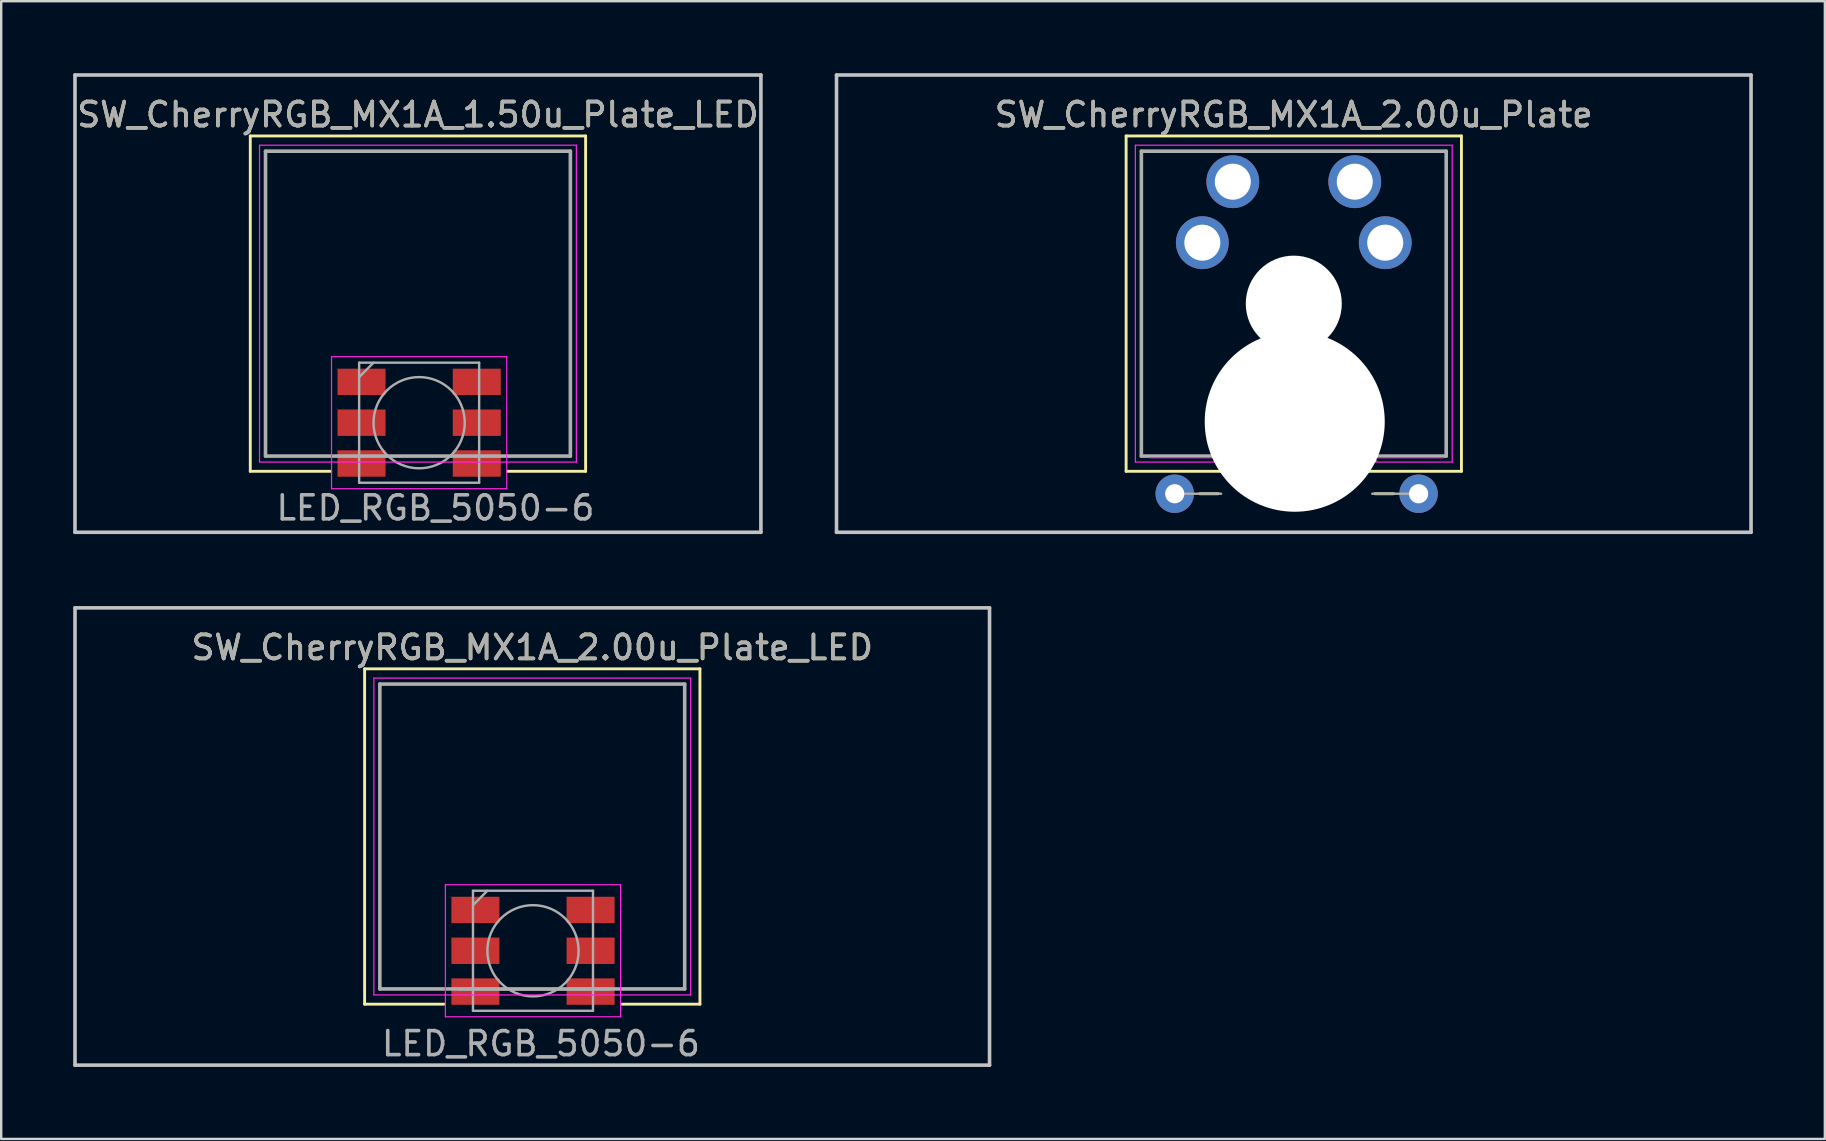
<source format=kicad_pcb>
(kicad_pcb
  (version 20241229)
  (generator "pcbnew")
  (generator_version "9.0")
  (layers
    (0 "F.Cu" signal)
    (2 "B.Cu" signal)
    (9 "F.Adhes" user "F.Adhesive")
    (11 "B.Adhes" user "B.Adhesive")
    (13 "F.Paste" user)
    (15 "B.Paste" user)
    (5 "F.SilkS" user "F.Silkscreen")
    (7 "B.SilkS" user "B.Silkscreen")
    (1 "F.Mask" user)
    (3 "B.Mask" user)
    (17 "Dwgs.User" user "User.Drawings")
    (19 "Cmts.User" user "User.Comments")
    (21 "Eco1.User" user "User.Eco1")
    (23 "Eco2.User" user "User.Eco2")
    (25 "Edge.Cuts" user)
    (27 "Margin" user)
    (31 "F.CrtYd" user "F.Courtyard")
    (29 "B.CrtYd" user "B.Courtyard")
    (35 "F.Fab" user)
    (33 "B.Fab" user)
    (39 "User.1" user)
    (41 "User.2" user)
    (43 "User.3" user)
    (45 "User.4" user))
  (footprint "SW_CherryRGB_MX1A_1.50u_Plate_LED"
    (layer "F.Cu")
    (at 16.902 4.52)
    (property "Reference" "SW_CherryRGB_MX1A_1.50u_Plate_LED" (at -2.54 -2.794 0) (layer "F.SilkS") (effects (font (size 1 1) (thickness 0.15))))
    (attr through_hole)
    (fp_line (start -9.525 -1.905) (end 4.445 -1.905) (stroke (width 0.12) (type solid)) (layer "F.SilkS"))
    (fp_line (start -9.525 12.065) (end -9.525 -1.905) (stroke (width 0.12) (type solid)) (layer "F.SilkS"))
    (fp_line (start -6.17 12.065) (end -9.525 12.065) (stroke (width 0.12) (type solid)) (layer "F.SilkS"))
    (fp_line (start 4.445 -1.905) (end 4.445 12.065) (stroke (width 0.12) (type solid)) (layer "F.SilkS"))
    (fp_line (start 4.445 12.065) (end 1.2 12.065) (stroke (width 0.12) (type solid)) (layer "F.SilkS"))
    (fp_line (start -16.828 -4.445) (end 11.748 -4.445) (stroke (width 0.15) (type solid)) (layer "Dwgs.User"))
    (fp_line (start -16.828 14.605) (end -16.828 -4.445) (stroke (width 0.15) (type solid)) (layer "Dwgs.User"))
    (fp_line (start 11.748 -4.445) (end 11.748 14.605) (stroke (width 0.15) (type solid)) (layer "Dwgs.User"))
    (fp_line (start 11.748 14.605) (end -16.828 14.605) (stroke (width 0.15) (type solid)) (layer "Dwgs.User"))
    (fp_line (start -9.14 -1.52) (end 4.06 -1.52) (stroke (width 0.05) (type solid)) (layer "F.CrtYd"))
    (fp_line (start -9.14 11.68) (end -9.14 -1.52) (stroke (width 0.05) (type solid)) (layer "F.CrtYd"))
    (fp_line (start -6.14 7.29) (end -6.14 12.79) (stroke (width 0.05) (type solid)) (layer "F.CrtYd"))
    (fp_line (start -6.14 12.79) (end 1.16 12.79) (stroke (width 0.05) (type solid)) (layer "F.CrtYd"))
    (fp_line (start 1.16 7.29) (end -6.14 7.29) (stroke (width 0.05) (type solid)) (layer "F.CrtYd"))
    (fp_line (start 1.16 12.79) (end 1.16 7.29) (stroke (width 0.05) (type solid)) (layer "F.CrtYd"))
    (fp_line (start 4.06 -1.52) (end 4.06 11.68) (stroke (width 0.05) (type solid)) (layer "F.CrtYd"))
    (fp_line (start 4.06 11.68) (end -9.14 11.68) (stroke (width 0.05) (type solid)) (layer "F.CrtYd"))
    (fp_line (start -8.89 -1.27) (end 3.81 -1.27) (stroke (width 0.15) (type solid)) (layer "F.Fab"))
    (fp_line (start -8.89 11.43) (end -8.89 -1.27) (stroke (width 0.15) (type solid)) (layer "F.Fab"))
    (fp_line (start -4.99 7.54) (end -4.99 12.54) (stroke (width 0.1) (type solid)) (layer "F.Fab"))
    (fp_line (start -4.99 8.14) (end -4.39 7.54) (stroke (width 0.1) (type solid)) (layer "F.Fab"))
    (fp_line (start -4.99 12.54) (end 0.01 12.54) (stroke (width 0.1) (type solid)) (layer "F.Fab"))
    (fp_line (start 0.01 7.54) (end -4.99 7.54) (stroke (width 0.1) (type solid)) (layer "F.Fab"))
    (fp_line (start 0.01 12.54) (end 0.01 7.54) (stroke (width 0.1) (type solid)) (layer "F.Fab"))
    (fp_line (start 3.81 -1.27) (end 3.81 11.43) (stroke (width 0.15) (type solid)) (layer "F.Fab"))
    (fp_line (start 3.81 11.43) (end -8.89 11.43) (stroke (width 0.15) (type solid)) (layer "F.Fab"))
    (fp_circle (center -2.49 10.04) (end -2.49 8.14) (stroke (width 0.1) (type solid)) (fill no) (layer "F.Fab"))
    (fp_text user "LED_RGB_5050-6" (at -1.81 13.59 0) (layer "F.Fab") (effects (font (size 1 1) (thickness 0.15))))
    (fp_text user "${REFERENCE}" (at -2.54 -2.794 0) (layer "F.Fab") (effects (font (size 1 1) (thickness 0.15))))
    (pad "1" smd rect (at -4.89 8.34 90) (size 1.1 2) (layers "F.Cu" "F.Mask" "F.Paste"))
    (pad "2" smd rect (at -4.89 10.04 90) (size 1.1 2) (layers "F.Cu" "F.Mask" "F.Paste"))
    (pad "3" smd rect (at -4.89 11.74 90) (size 1.1 2) (layers "F.Cu" "F.Mask" "F.Paste"))
    (pad "4" smd rect (at -0.09 11.74 90) (size 1.1 2) (layers "F.Cu" "F.Mask" "F.Paste"))
    (pad "5" smd rect (at -0.09 10.04 90) (size 1.1 2) (layers "F.Cu" "F.Mask" "F.Paste"))
    (pad "6" smd rect (at -0.09 8.34 90) (size 1.1 2) (layers "F.Cu" "F.Mask" "F.Paste")))
  (footprint "SW_CherryRGB_MX1A_2.00u_Plate"
    (layer "F.Cu")
    (at 53.39 4.52)
    (property "Reference" "SW_CherryRGB_MX1A_2.00u_Plate" (at -2.54 -2.794 0) (layer "F.SilkS") (effects (font (size 1 1) (thickness 0.15))))
    (attr through_hole)
    (fp_line (start -9.525 -1.905) (end 4.445 -1.905) (stroke (width 0.12) (type solid)) (layer "F.SilkS"))
    (fp_line (start -9.525 12.065) (end -9.525 -1.905) (stroke (width 0.12) (type solid)) (layer "F.SilkS"))
    (fp_line (start -6.46 13) (end -5.69 13) (stroke (width 0.12) (type solid)) (layer "F.SilkS"))
    (fp_line (start 0.85 11.63) (end -5.69 11.63) (stroke (width 0.12) (type solid)) (layer "F.SilkS"))
    (fp_line (start 1.62 13) (end 0.85 13) (stroke (width 0.12) (type solid)) (layer "F.SilkS"))
    (fp_line (start 4.445 -1.905) (end 4.445 12.065) (stroke (width 0.12) (type solid)) (layer "F.SilkS"))
    (fp_line (start 4.445 12.065) (end -9.525 12.065) (stroke (width 0.12) (type solid)) (layer "F.SilkS"))
    (fp_line (start -21.59 -4.445) (end 16.51 -4.445) (stroke (width 0.15) (type solid)) (layer "Dwgs.User"))
    (fp_line (start -21.59 14.605) (end -21.59 -4.445) (stroke (width 0.15) (type solid)) (layer "Dwgs.User"))
    (fp_line (start 16.51 -4.445) (end 16.51 14.605) (stroke (width 0.15) (type solid)) (layer "Dwgs.User"))
    (fp_line (start 16.51 14.605) (end -21.59 14.605) (stroke (width 0.15) (type solid)) (layer "Dwgs.User"))
    (fp_line (start -9.14 -1.52) (end 4.06 -1.52) (stroke (width 0.05) (type solid)) (layer "F.CrtYd"))
    (fp_line (start -9.14 11.68) (end -9.14 -1.52) (stroke (width 0.05) (type solid)) (layer "F.CrtYd"))
    (fp_line (start 3.71 11.5) (end -8.55 11.5) (stroke (width 0.05) (type solid)) (layer "F.CrtYd"))
    (fp_line (start 4.06 -1.52) (end 4.06 11.68) (stroke (width 0.05) (type solid)) (layer "F.CrtYd"))
    (fp_line (start 4.06 11.68) (end -9.14 11.68) (stroke (width 0.05) (type solid)) (layer "F.CrtYd"))
    (fp_line (start -8.89 -1.27) (end 3.81 -1.27) (stroke (width 0.15) (type solid)) (layer "F.Fab"))
    (fp_line (start -8.89 11.43) (end -8.89 -1.27) (stroke (width 0.15) (type solid)) (layer "F.Fab"))
    (fp_line (start -7.5 13) (end -5.57 13) (stroke (width 0.1) (type solid)) (layer "F.Fab"))
    (fp_line (start 0.73 11.75) (end -5.57 11.75) (stroke (width 0.1) (type solid)) (layer "F.Fab"))
    (fp_line (start 2.66 13) (end 0.73 13) (stroke (width 0.1) (type solid)) (layer "F.Fab"))
    (fp_line (start 3.81 -1.27) (end 3.81 11.43) (stroke (width 0.15) (type solid)) (layer "F.Fab"))
    (fp_line (start 3.81 11.43) (end -8.89 11.43) (stroke (width 0.15) (type solid)) (layer "F.Fab"))
    (fp_text user "REF**" (at -2.42 10.63 0) (layer "F.SilkS") (effects (font (size 1 1) (thickness 0.15))))
    (fp_text user "${REFERENCE}" (at -2.54 -2.794 0) (layer "F.Fab") (effects (font (size 1 1) (thickness 0.15))))
    (pad "" np_thru_hole circle (at -2.54 5.08) (size 4 4) (drill 4) (layers "*.Cu" "*.Mask"))
    (pad "" np_thru_hole circle (at -2.5 10 90) (size 7.5 7.5) (drill oval 7.5) (layers "*.Cu" "*.Mask"))
    (pad "1" thru_hole circle (at -7.5 13) (size 1.6 1.6) (drill 0.8) (layers "*.Cu" "*.Mask"))
    (pad "1" thru_hole circle (at 0 0) (size 2.2 2.2) (drill 1.5) (layers "*.Cu" "*.Mask"))
    (pad "1" thru_hole circle (at 1.27 2.54) (size 2.2 2.2) (drill 1.5) (layers "*.Cu" "*.Mask"))
    (pad "2" thru_hole circle (at -6.35 2.54) (size 2.2 2.2) (drill 1.5) (layers "*.Cu" "*.Mask"))
    (pad "2" thru_hole circle (at -5.08 0) (size 2.2 2.2) (drill 1.5) (layers "*.Cu" "*.Mask"))
    (pad "2" thru_hole oval (at 2.66 13) (size 1.6 1.6) (drill 0.8) (layers "*.Cu" "*.Mask")))
  (footprint "SW_CherryRGB_MX1A_2.00u_Plate_LED"
    (layer "F.Cu")
    (at 21.665 26.72)
    (property "Reference" "SW_CherryRGB_MX1A_2.00u_Plate_LED" (at -2.54 -2.794 0) (layer "F.SilkS") (effects (font (size 1 1) (thickness 0.15))))
    (attr through_hole)
    (fp_line (start -9.525 -1.905) (end 4.445 -1.905) (stroke (width 0.12) (type solid)) (layer "F.SilkS"))
    (fp_line (start -9.525 12.065) (end -9.525 -1.905) (stroke (width 0.12) (type solid)) (layer "F.SilkS"))
    (fp_line (start -6.22 12.065) (end -9.525 12.065) (stroke (width 0.12) (type solid)) (layer "F.SilkS"))
    (fp_line (start 4.445 -1.905) (end 4.445 12.065) (stroke (width 0.12) (type solid)) (layer "F.SilkS"))
    (fp_line (start 4.445 12.065) (end 1.2 12.065) (stroke (width 0.12) (type solid)) (layer "F.SilkS"))
    (fp_line (start -21.59 -4.445) (end 16.51 -4.445) (stroke (width 0.15) (type solid)) (layer "Dwgs.User"))
    (fp_line (start -21.59 14.605) (end -21.59 -4.445) (stroke (width 0.15) (type solid)) (layer "Dwgs.User"))
    (fp_line (start 16.51 -4.445) (end 16.51 14.605) (stroke (width 0.15) (type solid)) (layer "Dwgs.User"))
    (fp_line (start 16.51 14.605) (end -21.59 14.605) (stroke (width 0.15) (type solid)) (layer "Dwgs.User"))
    (fp_line (start -9.14 -1.52) (end 4.06 -1.52) (stroke (width 0.05) (type solid)) (layer "F.CrtYd"))
    (fp_line (start -9.14 11.68) (end -9.14 -1.52) (stroke (width 0.05) (type solid)) (layer "F.CrtYd"))
    (fp_line (start -6.16 7.09) (end -6.16 12.59) (stroke (width 0.05) (type solid)) (layer "F.CrtYd"))
    (fp_line (start -6.16 12.59) (end 1.14 12.59) (stroke (width 0.05) (type solid)) (layer "F.CrtYd"))
    (fp_line (start 1.14 7.09) (end -6.16 7.09) (stroke (width 0.05) (type solid)) (layer "F.CrtYd"))
    (fp_line (start 1.14 12.59) (end 1.14 7.09) (stroke (width 0.05) (type solid)) (layer "F.CrtYd"))
    (fp_line (start 4.06 -1.52) (end 4.06 11.68) (stroke (width 0.05) (type solid)) (layer "F.CrtYd"))
    (fp_line (start 4.06 11.68) (end -9.14 11.68) (stroke (width 0.05) (type solid)) (layer "F.CrtYd"))
    (fp_line (start -8.89 -1.27) (end 3.81 -1.27) (stroke (width 0.15) (type solid)) (layer "F.Fab"))
    (fp_line (start -8.89 11.43) (end -8.89 -1.27) (stroke (width 0.15) (type solid)) (layer "F.Fab"))
    (fp_line (start -5.01 7.34) (end -5.01 12.34) (stroke (width 0.1) (type solid)) (layer "F.Fab"))
    (fp_line (start -5.01 7.94) (end -4.41 7.34) (stroke (width 0.1) (type solid)) (layer "F.Fab"))
    (fp_line (start -5.01 12.34) (end -0.01 12.34) (stroke (width 0.1) (type solid)) (layer "F.Fab"))
    (fp_line (start -0.01 7.34) (end -5.01 7.34) (stroke (width 0.1) (type solid)) (layer "F.Fab"))
    (fp_line (start -0.01 12.34) (end -0.01 7.34) (stroke (width 0.1) (type solid)) (layer "F.Fab"))
    (fp_line (start 0.69 11.45) (end -5.61 11.45) (stroke (width 0.1) (type solid)) (layer "F.Fab"))
    (fp_line (start 3.81 -1.27) (end 3.81 11.43) (stroke (width 0.15) (type solid)) (layer "F.Fab"))
    (fp_line (start 3.81 11.43) (end -8.89 11.43) (stroke (width 0.15) (type solid)) (layer "F.Fab"))
    (fp_circle (center -2.51 9.84) (end -2.51 7.94) (stroke (width 0.1) (type solid)) (fill no) (layer "F.Fab"))
    (fp_text user "LED_RGB_5050-6" (at -2.18 13.71 0) (layer "F.Fab") (effects (font (size 1 1) (thickness 0.15))))
    (fp_text user "${REFERENCE}" (at -2.54 -2.794 0) (layer "F.Fab") (effects (font (size 1 1) (thickness 0.15))))
    (pad "1" smd rect (at -4.91 8.14 90) (size 1.1 2) (layers "F.Cu" "F.Mask" "F.Paste"))
    (pad "2" smd rect (at -4.91 9.84 90) (size 1.1 2) (layers "F.Cu" "F.Mask" "F.Paste"))
    (pad "3" smd rect (at -4.91 11.54 90) (size 1.1 2) (layers "F.Cu" "F.Mask" "F.Paste"))
    (pad "4" smd rect (at -0.11 11.54 90) (size 1.1 2) (layers "F.Cu" "F.Mask" "F.Paste"))
    (pad "5" smd rect (at -0.11 9.84 90) (size 1.1 2) (layers "F.Cu" "F.Mask" "F.Paste"))
    (pad "6" smd rect (at -0.11 8.14 90) (size 1.1 2) (layers "F.Cu" "F.Mask" "F.Paste")))
  (gr_rect
    (start -3 -3)
    (end 72.975 44.4)
    (stroke (width 0.1) (type default))
    (fill no)
    (layer "Edge.Cuts")))
</source>
